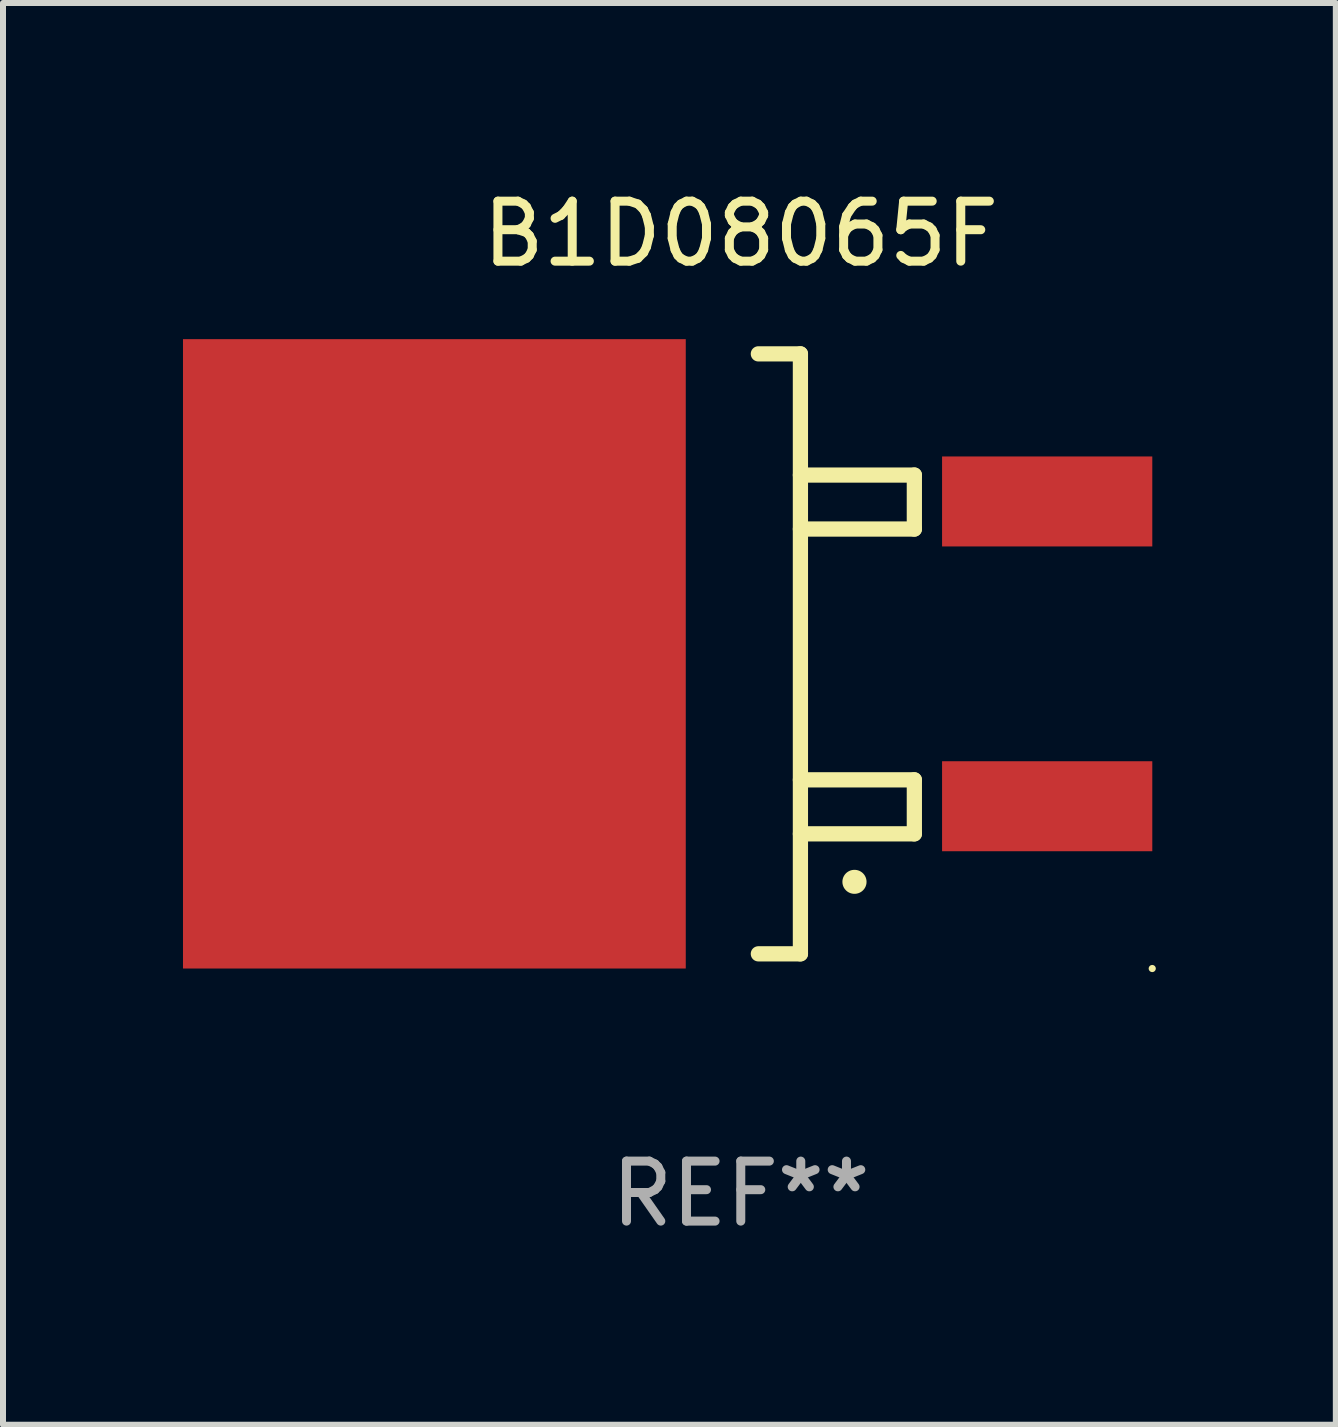
<source format=kicad_pcb>
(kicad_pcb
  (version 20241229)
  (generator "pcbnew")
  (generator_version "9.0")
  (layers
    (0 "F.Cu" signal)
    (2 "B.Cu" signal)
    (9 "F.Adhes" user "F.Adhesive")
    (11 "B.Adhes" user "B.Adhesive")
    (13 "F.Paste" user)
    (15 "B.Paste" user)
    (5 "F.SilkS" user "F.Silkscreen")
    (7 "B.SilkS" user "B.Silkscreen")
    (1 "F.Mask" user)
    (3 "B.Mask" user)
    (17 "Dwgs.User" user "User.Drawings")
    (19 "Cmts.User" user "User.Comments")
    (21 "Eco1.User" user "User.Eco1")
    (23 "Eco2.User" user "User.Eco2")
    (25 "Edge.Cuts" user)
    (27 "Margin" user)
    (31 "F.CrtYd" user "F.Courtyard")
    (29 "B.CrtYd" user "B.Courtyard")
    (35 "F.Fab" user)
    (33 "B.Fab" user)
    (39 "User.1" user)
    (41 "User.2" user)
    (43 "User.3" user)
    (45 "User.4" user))
  (footprint "B1D08065F"
    (layer "F.Cu")
    (at 9.297 7.848)
    (property "Reference" "B1D08065F" (at 0 -7 0) (layer "F.SilkS") (effects (font (size 1 1) (thickness 0.15))))
    (attr through_hole)
    (fp_line (start 0.293 -5) (end 0.994 -5) (stroke (width 0.254) (type solid)) (layer "F.SilkS"))
    (fp_line (start 0.994 -5) (end 0.994 5) (stroke (width 0.254) (type solid)) (layer "F.SilkS"))
    (fp_line (start 0.994 -2.08) (end 2.893 -2.08) (stroke (width 0.254) (type solid)) (layer "F.SilkS"))
    (fp_line (start 0.994 3) (end 2.893 3) (stroke (width 0.254) (type solid)) (layer "F.SilkS"))
    (fp_line (start 0.994 5) (end 0.293 5) (stroke (width 0.254) (type solid)) (layer "F.SilkS"))
    (fp_line (start 2.893 -2.98) (end 0.994 -2.98) (stroke (width 0.254) (type solid)) (layer "F.SilkS"))
    (fp_line (start 2.893 -2.08) (end 2.893 -2.98) (stroke (width 0.254) (type solid)) (layer "F.SilkS"))
    (fp_line (start 2.893 2.1) (end 0.994 2.1) (stroke (width 0.254) (type solid)) (layer "F.SilkS"))
    (fp_line (start 2.893 3) (end 2.893 2.1) (stroke (width 0.254) (type solid)) (layer "F.SilkS"))
    (fp_arc (start 1.893701 3.79986) (mid 1.894971 3.799856) (end 1.896241 3.79986) (stroke (width 0.4) (type solid)) (layer "F.SilkS"))
    (fp_circle (center 6.858 5.245) (end 6.888 5.245) (stroke (width 0.06) (type solid)) (fill no) (layer "F.SilkS"))
    (fp_text user "REF**" (at 0 9 0) (layer "F.Fab") (effects (font (size 1 1) (thickness 0.15))))
    (pad "1" smd rect (at 5.107 2.54 270) (size 1.5 3.504) (layers "F.Cu" "F.Mask" "F.Paste"))
    (pad "2" smd rect (at 5.107 -2.54 270) (size 1.5 3.504) (layers "F.Cu" "F.Mask" "F.Paste"))
    (pad "4" smd rect (at -5.107 -0.000241 270) (size 10.49 8.38) (layers "F.Cu" "F.Mask" "F.Paste")))
  (gr_rect
    (start -3 -3)
    (end 19.215 20.697)
    (stroke (width 0.1) (type default))
    (fill no)
    (layer "Edge.Cuts")))
</source>
